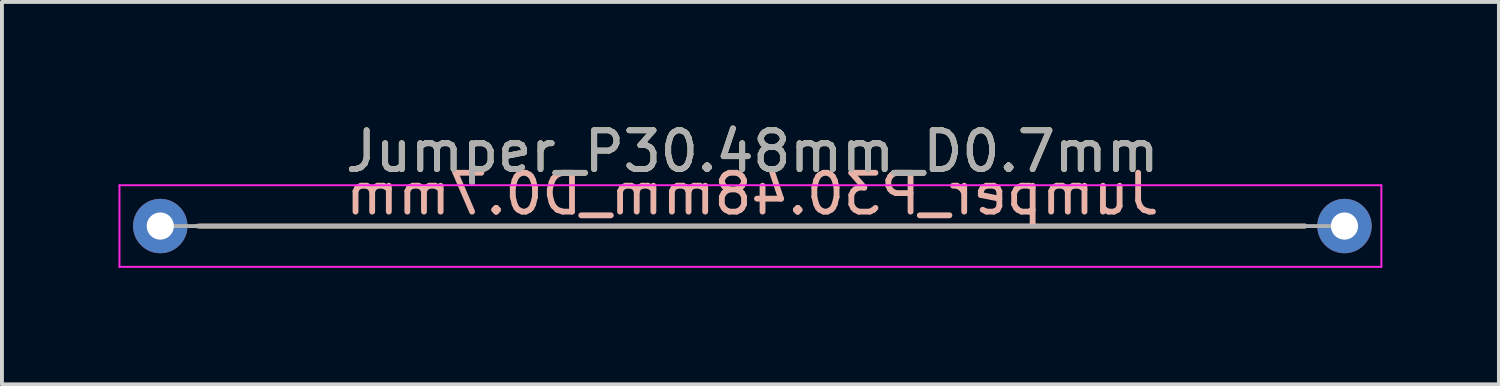
<source format=kicad_pcb>
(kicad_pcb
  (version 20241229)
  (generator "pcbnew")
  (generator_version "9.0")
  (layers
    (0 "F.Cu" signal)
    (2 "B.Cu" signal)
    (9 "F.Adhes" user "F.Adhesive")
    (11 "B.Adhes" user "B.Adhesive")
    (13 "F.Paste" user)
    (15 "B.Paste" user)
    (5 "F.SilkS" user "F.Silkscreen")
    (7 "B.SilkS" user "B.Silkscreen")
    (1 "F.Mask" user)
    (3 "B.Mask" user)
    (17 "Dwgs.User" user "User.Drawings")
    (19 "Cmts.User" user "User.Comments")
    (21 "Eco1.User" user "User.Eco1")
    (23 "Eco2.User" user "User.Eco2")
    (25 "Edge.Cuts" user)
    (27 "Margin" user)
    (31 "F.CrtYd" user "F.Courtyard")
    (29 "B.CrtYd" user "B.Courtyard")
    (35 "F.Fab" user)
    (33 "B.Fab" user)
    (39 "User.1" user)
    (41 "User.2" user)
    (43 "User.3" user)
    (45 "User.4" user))
  (footprint "Jumper_P30.48mm_D0.7mm"
    (layer "F.Cu")
    (at 1.075 2.768)
    (property "Reference" "Jumper_P30.48mm_D0.7mm" (at 15.24 -1.92 0) (layer "F.SilkS") (effects (font (size 1 1) (thickness 0.15))))
    (fp_line (start 1.016 0) (end 29.464 0) (stroke (width 0.12) (type solid)) (layer "F.SilkS"))
    (fp_line (start 29.464 0) (end 0.953 0) (stroke (width 0.12) (type solid)) (layer "B.SilkS"))
    (fp_line (start -1.05 -1.05) (end -1.05 1.05) (stroke (width 0.05) (type solid)) (layer "F.CrtYd"))
    (fp_line (start -1.05 1.05) (end 31.43 1.05) (stroke (width 0.05) (type solid)) (layer "F.CrtYd"))
    (fp_line (start 31.43 -1.05) (end -1.05 -1.05) (stroke (width 0.05) (type solid)) (layer "F.CrtYd"))
    (fp_line (start 31.43 1.05) (end 31.43 -1.05) (stroke (width 0.05) (type solid)) (layer "F.CrtYd"))
    (fp_line (start 0 0) (end 30.48 0) (stroke (width 0.1) (type solid)) (layer "F.Fab"))
    (fp_text user "${REFERENCE}" (at 15.24 -0.826 0) (layer "B.SilkS") (effects (font (size 1 1) (thickness 0.15)) (justify mirror)))
    (fp_text user "${REFERENCE}" (at 15.24 -1.92 0) (layer "F.Fab") (effects (font (size 1 1) (thickness 0.15))))
    (pad "1" thru_hole circle (at 0 0) (size 1.4 1.4) (drill 0.7) (layers "*.Cu" "*.Mask"))
    (pad "2" thru_hole oval (at 30.48 0) (size 1.4 1.4) (drill 0.7) (layers "*.Cu" "*.Mask")))
  (gr_rect
    (start -3 -3)
    (end 35.53 6.843)
    (stroke (width 0.1) (type default))
    (fill no)
    (layer "Edge.Cuts")))
</source>
